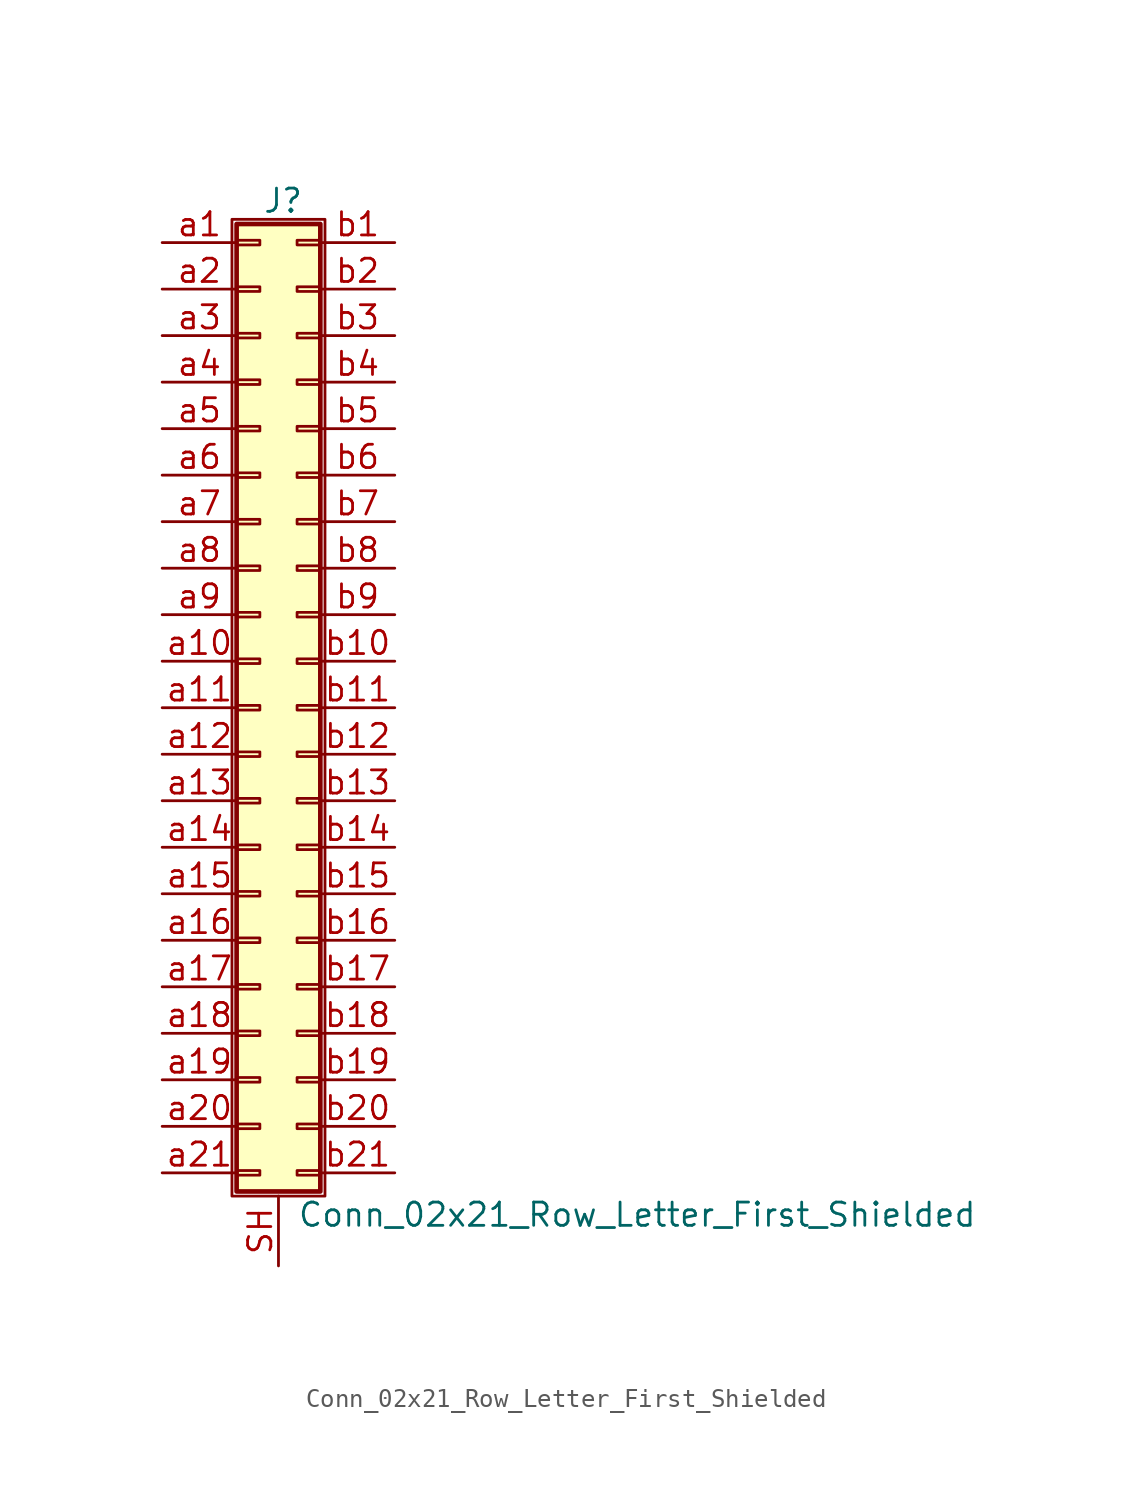
<source format=kicad_sym>
(kicad_symbol_lib
  (version 20201005)
  (generator kicad_symbol_editor)
  (symbol "Conn_02x21_Row_Letter_First_Shielded"
    (pin_names
      (offset 1.016) hide)
    (property "Reference" "J"
      (at 1.524 27.686 0)
      (effects (font (size 1.27 1.27))))
    (property "Value" "Conn_02x21_Row_Letter_First_Shielded"
      (at 2.286 -27.686 0)
      (effects (font (size 1.27 1.27)) (justify left)))
    (symbol "Conn_02x21_Row_Letter_First_Shielded_1_1"
      (rectangle (start -1.27 26.67) (end 3.81 -26.67) (stroke (width 0.152)) (fill (type none)))
      (rectangle (start -1.016 -25.273) (end 0.254 -25.527) (stroke (width 0.152)) (fill (type none)))
      (rectangle (start -1.016 -22.733) (end 0.254 -22.987) (stroke (width 0.152)) (fill (type none)))
      (rectangle (start -1.016 -20.193) (end 0.254 -20.447) (stroke (width 0.152)) (fill (type none)))
      (rectangle (start -1.016 -17.653) (end 0.254 -17.907) (stroke (width 0.152)) (fill (type none)))
      (rectangle (start -1.016 -15.113) (end 0.254 -15.367) (stroke (width 0.152)) (fill (type none)))
      (rectangle (start -1.016 -12.573) (end 0.254 -12.827) (stroke (width 0.152)) (fill (type none)))
      (rectangle (start -1.016 -10.033) (end 0.254 -10.287) (stroke (width 0.152)) (fill (type none)))
      (rectangle (start -1.016 -7.493) (end 0.254 -7.747) (stroke (width 0.152)) (fill (type none)))
      (rectangle (start -1.016 -4.953) (end 0.254 -5.207) (stroke (width 0.152)) (fill (type none)))
      (rectangle (start -1.016 -2.413) (end 0.254 -2.667) (stroke (width 0.152)) (fill (type none)))
      (rectangle (start -1.016 0.127) (end 0.254 -0.127) (stroke (width 0.152)) (fill (type none)))
      (rectangle (start -1.016 2.667) (end 0.254 2.413) (stroke (width 0.152)) (fill (type none)))
      (rectangle (start -1.016 5.207) (end 0.254 4.953) (stroke (width 0.152)) (fill (type none)))
      (rectangle (start -1.016 7.747) (end 0.254 7.493) (stroke (width 0.152)) (fill (type none)))
      (rectangle (start -1.016 10.287) (end 0.254 10.033) (stroke (width 0.152)) (fill (type none)))
      (rectangle (start -1.016 12.827) (end 0.254 12.573) (stroke (width 0.152)) (fill (type none)))
      (rectangle (start -1.016 15.367) (end 0.254 15.113) (stroke (width 0.152)) (fill (type none)))
      (rectangle (start -1.016 17.907) (end 0.254 17.653) (stroke (width 0.152)) (fill (type none)))
      (rectangle (start -1.016 20.447) (end 0.254 20.193) (stroke (width 0.152)) (fill (type none)))
      (rectangle (start -1.016 22.987) (end 0.254 22.733) (stroke (width 0.152)) (fill (type none)))
      (rectangle (start -1.016 25.527) (end 0.254 25.273) (stroke (width 0.152)) (fill (type none)))
      (rectangle (start -1.016 26.416) (end 3.556 -26.416) (stroke (width 0.254)) (fill (type background)))
      (rectangle (start 3.556 -25.273) (end 2.286 -25.527) (stroke (width 0.152)) (fill (type none)))
      (rectangle (start 3.556 -22.733) (end 2.286 -22.987) (stroke (width 0.152)) (fill (type none)))
      (rectangle (start 3.556 -20.193) (end 2.286 -20.447) (stroke (width 0.152)) (fill (type none)))
      (rectangle (start 3.556 -17.653) (end 2.286 -17.907) (stroke (width 0.152)) (fill (type none)))
      (rectangle (start 3.556 -15.113) (end 2.286 -15.367) (stroke (width 0.152)) (fill (type none)))
      (rectangle (start 3.556 -12.573) (end 2.286 -12.827) (stroke (width 0.152)) (fill (type none)))
      (rectangle (start 3.556 -10.033) (end 2.286 -10.287) (stroke (width 0.152)) (fill (type none)))
      (rectangle (start 3.556 -7.493) (end 2.286 -7.747) (stroke (width 0.152)) (fill (type none)))
      (rectangle (start 3.556 -4.953) (end 2.286 -5.207) (stroke (width 0.152)) (fill (type none)))
      (rectangle (start 3.556 -2.413) (end 2.286 -2.667) (stroke (width 0.152)) (fill (type none)))
      (rectangle (start 3.556 0.127) (end 2.286 -0.127) (stroke (width 0.152)) (fill (type none)))
      (rectangle (start 3.556 2.667) (end 2.286 2.413) (stroke (width 0.152)) (fill (type none)))
      (rectangle (start 3.556 5.207) (end 2.286 4.953) (stroke (width 0.152)) (fill (type none)))
      (rectangle (start 3.556 7.747) (end 2.286 7.493) (stroke (width 0.152)) (fill (type none)))
      (rectangle (start 3.556 10.287) (end 2.286 10.033) (stroke (width 0.152)) (fill (type none)))
      (rectangle (start 3.556 12.827) (end 2.286 12.573) (stroke (width 0.152)) (fill (type none)))
      (rectangle (start 3.556 15.367) (end 2.286 15.113) (stroke (width 0.152)) (fill (type none)))
      (rectangle (start 3.556 17.907) (end 2.286 17.653) (stroke (width 0.152)) (fill (type none)))
      (rectangle (start 3.556 20.447) (end 2.286 20.193) (stroke (width 0.152)) (fill (type none)))
      (rectangle (start 3.556 22.987) (end 2.286 22.733) (stroke (width 0.152)) (fill (type none)))
      (rectangle (start 3.556 25.527) (end 2.286 25.273) (stroke (width 0.152)) (fill (type none)))
      (pin passive line (at 1.27 -30.48 90) (length 3.81) (name "Shield" (effects (font (size 1.27 1.27)))) (number "SH" (effects (font (size 1.27 1.27)))))
      (pin passive line (at -5.08 25.4 0) (length 4.064) (name "Pin_a1" (effects (font (size 1.27 1.27)))) (number "a1" (effects (font (size 1.27 1.27)))))
      (pin passive line (at -5.08 2.54 0) (length 4.064) (name "Pin_a10" (effects (font (size 1.27 1.27)))) (number "a10" (effects (font (size 1.27 1.27)))))
      (pin passive line (at -5.08 0 0) (length 4.064) (name "Pin_a11" (effects (font (size 1.27 1.27)))) (number "a11" (effects (font (size 1.27 1.27)))))
      (pin passive line (at -5.08 -2.54 0) (length 4.064) (name "Pin_a12" (effects (font (size 1.27 1.27)))) (number "a12" (effects (font (size 1.27 1.27)))))
      (pin passive line (at -5.08 -5.08 0) (length 4.064) (name "Pin_a13" (effects (font (size 1.27 1.27)))) (number "a13" (effects (font (size 1.27 1.27)))))
      (pin passive line (at -5.08 -7.62 0) (length 4.064) (name "Pin_a14" (effects (font (size 1.27 1.27)))) (number "a14" (effects (font (size 1.27 1.27)))))
      (pin passive line (at -5.08 -10.16 0) (length 4.064) (name "Pin_a15" (effects (font (size 1.27 1.27)))) (number "a15" (effects (font (size 1.27 1.27)))))
      (pin passive line (at -5.08 -12.7 0) (length 4.064) (name "Pin_a16" (effects (font (size 1.27 1.27)))) (number "a16" (effects (font (size 1.27 1.27)))))
      (pin passive line (at -5.08 -15.24 0) (length 4.064) (name "Pin_a17" (effects (font (size 1.27 1.27)))) (number "a17" (effects (font (size 1.27 1.27)))))
      (pin passive line (at -5.08 -17.78 0) (length 4.064) (name "Pin_a18" (effects (font (size 1.27 1.27)))) (number "a18" (effects (font (size 1.27 1.27)))))
      (pin passive line (at -5.08 -20.32 0) (length 4.064) (name "Pin_a19" (effects (font (size 1.27 1.27)))) (number "a19" (effects (font (size 1.27 1.27)))))
      (pin passive line (at -5.08 22.86 0) (length 4.064) (name "Pin_a2" (effects (font (size 1.27 1.27)))) (number "a2" (effects (font (size 1.27 1.27)))))
      (pin passive line (at -5.08 -22.86 0) (length 4.064) (name "Pin_a20" (effects (font (size 1.27 1.27)))) (number "a20" (effects (font (size 1.27 1.27)))))
      (pin passive line (at -5.08 -25.4 0) (length 4.064) (name "Pin_a21" (effects (font (size 1.27 1.27)))) (number "a21" (effects (font (size 1.27 1.27)))))
      (pin passive line (at -5.08 20.32 0) (length 4.064) (name "Pin_a3" (effects (font (size 1.27 1.27)))) (number "a3" (effects (font (size 1.27 1.27)))))
      (pin passive line (at -5.08 17.78 0) (length 4.064) (name "Pin_a4" (effects (font (size 1.27 1.27)))) (number "a4" (effects (font (size 1.27 1.27)))))
      (pin passive line (at -5.08 15.24 0) (length 4.064) (name "Pin_a5" (effects (font (size 1.27 1.27)))) (number "a5" (effects (font (size 1.27 1.27)))))
      (pin passive line (at -5.08 12.7 0) (length 4.064) (name "Pin_a6" (effects (font (size 1.27 1.27)))) (number "a6" (effects (font (size 1.27 1.27)))))
      (pin passive line (at -5.08 10.16 0) (length 4.064) (name "Pin_a7" (effects (font (size 1.27 1.27)))) (number "a7" (effects (font (size 1.27 1.27)))))
      (pin passive line (at -5.08 7.62 0) (length 4.064) (name "Pin_a8" (effects (font (size 1.27 1.27)))) (number "a8" (effects (font (size 1.27 1.27)))))
      (pin passive line (at -5.08 5.08 0) (length 4.064) (name "Pin_a9" (effects (font (size 1.27 1.27)))) (number "a9" (effects (font (size 1.27 1.27)))))
      (pin passive line (at 7.62 25.4 180) (length 4.064) (name "Pin_b1" (effects (font (size 1.27 1.27)))) (number "b1" (effects (font (size 1.27 1.27)))))
      (pin passive line (at 7.62 2.54 180) (length 4.064) (name "Pin_b10" (effects (font (size 1.27 1.27)))) (number "b10" (effects (font (size 1.27 1.27)))))
      (pin passive line (at 7.62 0 180) (length 4.064) (name "Pin_b11" (effects (font (size 1.27 1.27)))) (number "b11" (effects (font (size 1.27 1.27)))))
      (pin passive line (at 7.62 -2.54 180) (length 4.064) (name "Pin_b12" (effects (font (size 1.27 1.27)))) (number "b12" (effects (font (size 1.27 1.27)))))
      (pin passive line (at 7.62 -5.08 180) (length 4.064) (name "Pin_b13" (effects (font (size 1.27 1.27)))) (number "b13" (effects (font (size 1.27 1.27)))))
      (pin passive line (at 7.62 -7.62 180) (length 4.064) (name "Pin_b14" (effects (font (size 1.27 1.27)))) (number "b14" (effects (font (size 1.27 1.27)))))
      (pin passive line (at 7.62 -10.16 180) (length 4.064) (name "Pin_b15" (effects (font (size 1.27 1.27)))) (number "b15" (effects (font (size 1.27 1.27)))))
      (pin passive line (at 7.62 -12.7 180) (length 4.064) (name "Pin_b16" (effects (font (size 1.27 1.27)))) (number "b16" (effects (font (size 1.27 1.27)))))
      (pin passive line (at 7.62 -15.24 180) (length 4.064) (name "Pin_b17" (effects (font (size 1.27 1.27)))) (number "b17" (effects (font (size 1.27 1.27)))))
      (pin passive line (at 7.62 -17.78 180) (length 4.064) (name "Pin_b18" (effects (font (size 1.27 1.27)))) (number "b18" (effects (font (size 1.27 1.27)))))
      (pin passive line (at 7.62 -20.32 180) (length 4.064) (name "Pin_b19" (effects (font (size 1.27 1.27)))) (number "b19" (effects (font (size 1.27 1.27)))))
      (pin passive line (at 7.62 22.86 180) (length 4.064) (name "Pin_b2" (effects (font (size 1.27 1.27)))) (number "b2" (effects (font (size 1.27 1.27)))))
      (pin passive line (at 7.62 -22.86 180) (length 4.064) (name "Pin_b20" (effects (font (size 1.27 1.27)))) (number "b20" (effects (font (size 1.27 1.27)))))
      (pin passive line (at 7.62 -25.4 180) (length 4.064) (name "Pin_b21" (effects (font (size 1.27 1.27)))) (number "b21" (effects (font (size 1.27 1.27)))))
      (pin passive line (at 7.62 20.32 180) (length 4.064) (name "Pin_b3" (effects (font (size 1.27 1.27)))) (number "b3" (effects (font (size 1.27 1.27)))))
      (pin passive line (at 7.62 17.78 180) (length 4.064) (name "Pin_b4" (effects (font (size 1.27 1.27)))) (number "b4" (effects (font (size 1.27 1.27)))))
      (pin passive line (at 7.62 15.24 180) (length 4.064) (name "Pin_b5" (effects (font (size 1.27 1.27)))) (number "b5" (effects (font (size 1.27 1.27)))))
      (pin passive line (at 7.62 12.7 180) (length 4.064) (name "Pin_b6" (effects (font (size 1.27 1.27)))) (number "b6" (effects (font (size 1.27 1.27)))))
      (pin passive line (at 7.62 10.16 180) (length 4.064) (name "Pin_b7" (effects (font (size 1.27 1.27)))) (number "b7" (effects (font (size 1.27 1.27)))))
      (pin passive line (at 7.62 7.62 180) (length 4.064) (name "Pin_b8" (effects (font (size 1.27 1.27)))) (number "b8" (effects (font (size 1.27 1.27)))))
      (pin passive line (at 7.62 5.08 180) (length 4.064) (name "Pin_b9" (effects (font (size 1.27 1.27)))) (number "b9" (effects (font (size 1.27 1.27))))))))
</source>
